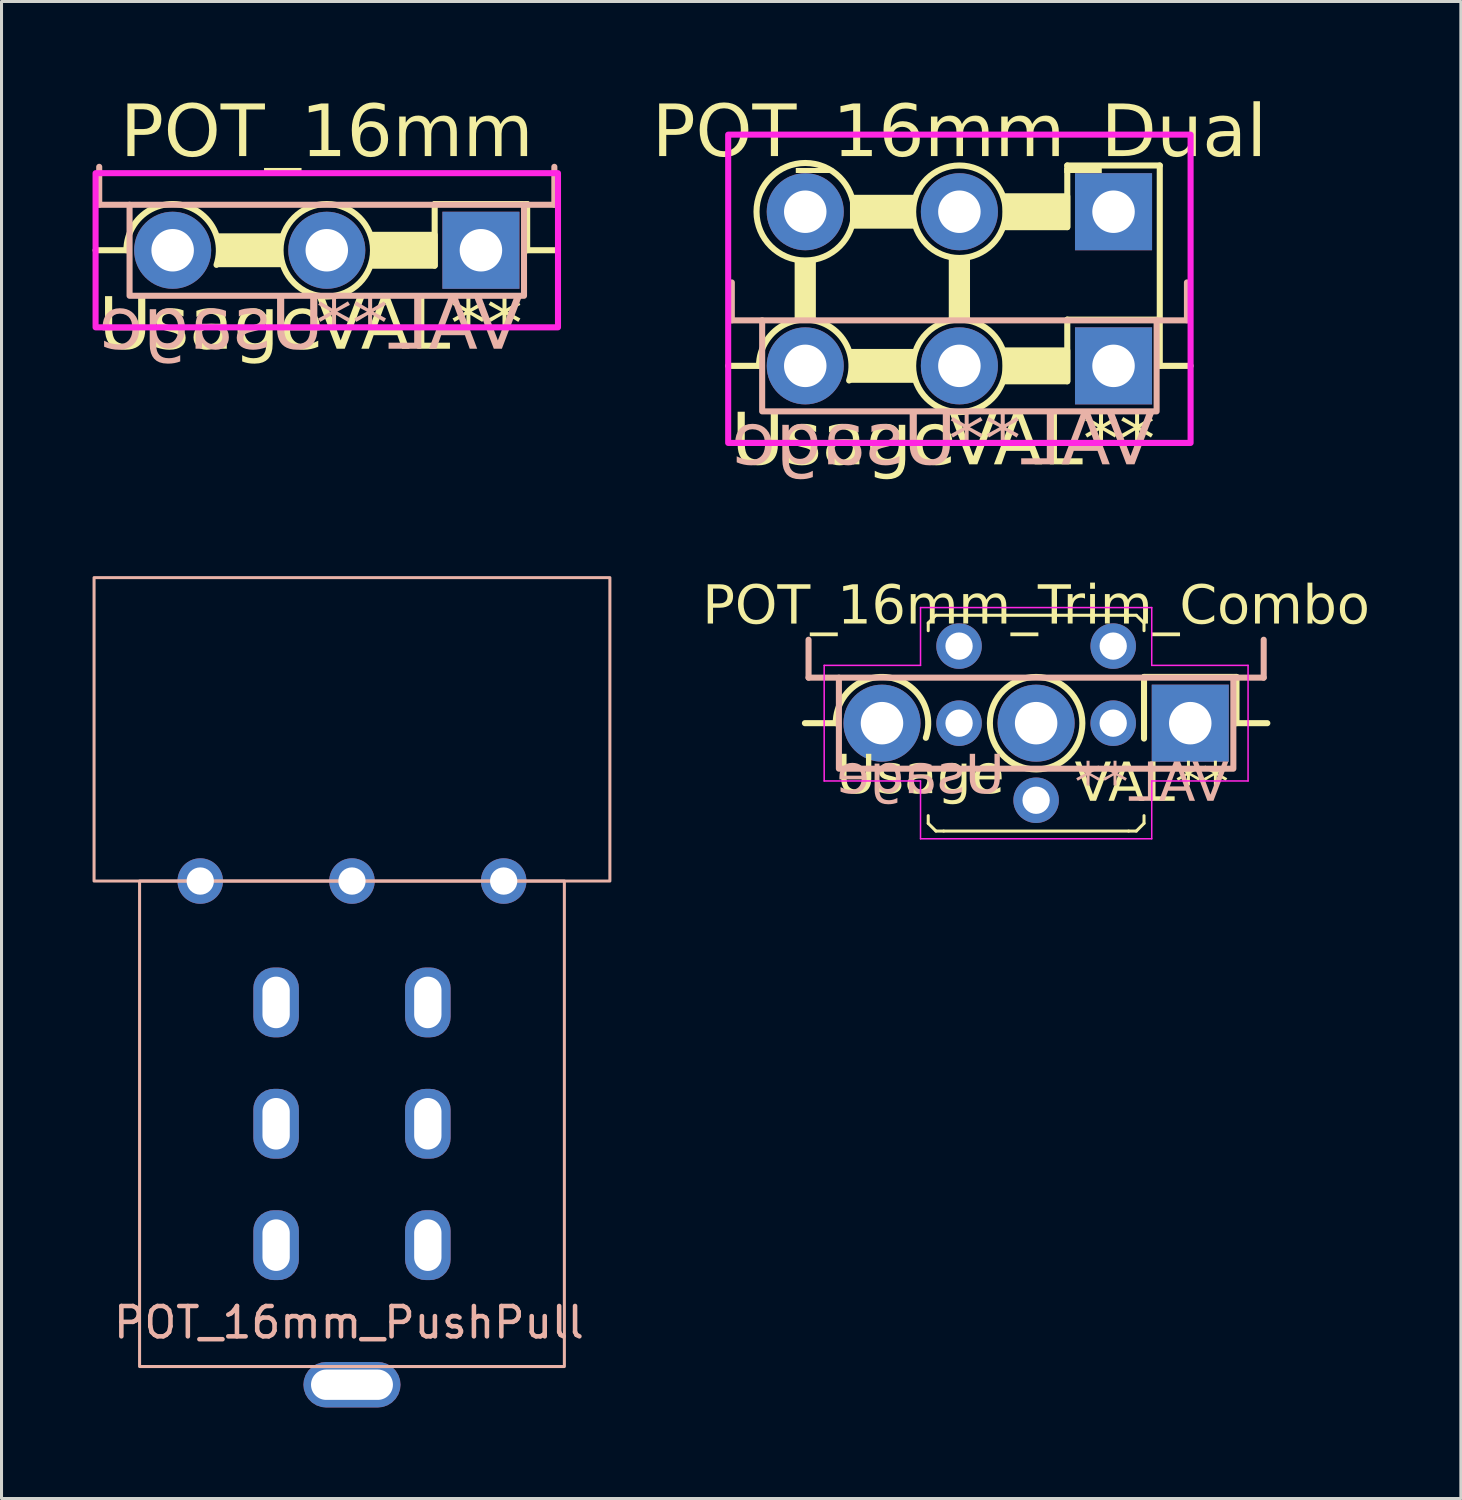
<source format=kicad_pcb>
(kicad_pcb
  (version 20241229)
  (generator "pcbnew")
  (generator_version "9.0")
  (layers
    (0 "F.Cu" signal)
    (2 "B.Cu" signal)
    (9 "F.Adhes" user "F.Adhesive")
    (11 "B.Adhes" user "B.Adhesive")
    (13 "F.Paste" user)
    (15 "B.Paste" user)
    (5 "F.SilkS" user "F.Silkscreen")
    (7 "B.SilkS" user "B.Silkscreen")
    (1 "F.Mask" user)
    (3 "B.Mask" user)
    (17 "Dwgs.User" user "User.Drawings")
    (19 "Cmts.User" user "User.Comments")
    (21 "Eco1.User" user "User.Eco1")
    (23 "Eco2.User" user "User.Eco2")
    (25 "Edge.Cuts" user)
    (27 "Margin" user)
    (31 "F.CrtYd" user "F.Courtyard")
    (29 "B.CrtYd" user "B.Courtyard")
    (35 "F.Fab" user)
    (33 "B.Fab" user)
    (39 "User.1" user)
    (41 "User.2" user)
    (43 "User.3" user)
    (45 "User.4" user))
  (footprint "POT_16mm_PushPull"
    (layer "F.Cu")
    (at 8.55 25.987)
    (property "Reference" "POT_16mm_PushPull" (at -0.1 14.55 0) (unlocked yes) (layer "F.SilkS") (effects (font (size 1 1) (thickness 0.1))))
    (attr through_hole)
    (fp_rect (start -8.5 -10) (end 8.5 0) (stroke (width 0.1) (type solid)) (fill no) (layer "B.SilkS"))
    (fp_rect (start -7 0) (end 7 16) (stroke (width 0.1) (type default)) (fill no) (layer "B.SilkS"))
    (fp_text user "${REFERENCE}" (at -0.1 14.55 0) (unlocked yes) (layer "B.SilkS") (effects (font (size 1 1) (thickness 0.15))))
    (pad "1" thru_hole circle (at -5 0) (size 1.5 1.5) (drill 0.9) (layers "*.Cu" "*.Mask"))
    (pad "2" thru_hole circle (at 0 0) (size 1.5 1.5) (drill 0.9) (layers "*.Cu" "*.Mask"))
    (pad "3" thru_hole circle (at 5 0) (size 1.5 1.5) (drill 0.9) (layers "*.Cu" "*.Mask"))
    (pad "4" thru_hole roundrect (at -2.5 4) (size 1.5 2.3) (drill oval 0.9 1.7) (layers "*.Cu" "*.Mask") (roundrect_rratio 0.45))
    (pad "5" thru_hole roundrect (at -2.5 8) (size 1.5 2.3) (drill oval 0.9 1.7) (layers "*.Cu" "*.Mask") (roundrect_rratio 0.45))
    (pad "6" thru_hole roundrect (at -2.5 12) (size 1.5 2.3) (drill oval 0.9 1.7) (layers "*.Cu" "*.Mask") (roundrect_rratio 0.45))
    (pad "7" thru_hole roundrect (at 2.5 4) (size 1.5 2.3) (drill oval 0.9 1.7) (layers "*.Cu" "*.Mask") (roundrect_rratio 0.45))
    (pad "8" thru_hole roundrect (at 2.5 8) (size 1.5 2.3) (drill oval 0.9 1.7) (layers "*.Cu" "*.Mask") (roundrect_rratio 0.45))
    (pad "9" thru_hole roundrect (at 2.5 12) (size 1.5 2.3) (drill oval 0.9 1.7) (layers "*.Cu" "*.Mask") (roundrect_rratio 0.45))
    (pad "10" thru_hole roundrect (at 0 16.6) (size 3.2 1.5) (drill oval 2.7 1) (layers "*.Cu" "*.Mask") (roundrect_rratio 0.5)))
  (footprint "POT_16mm_Dual"
    (layer "F.Cu")
    (at 28.569 9.008)
    (property "Reference" "POT_16mm_Dual" (at 0 -7.62 0) (unlocked yes) (layer "F.SilkS") (effects (font (face "Milk Run") (size 1.7 1.7) (thickness 0.1))))
    (property "Value" "VAL**" (at 0 5.08 0) (unlocked yes) (layer "F.SilkS") (hide yes) (effects (font (face "Milk Run") (size 1.5 1.5) (thickness 0.1))))
    (property "Description" "Usage" (at -3.81 2.54 0) (unlocked yes) (layer "F.SilkS") (effects (font (face "Milk Run") (size 1.7 1.7) (thickness 0.15))))
    (property "Usage Back" "Usage" (at -3.81 2.54 0) (unlocked yes) (layer "B.SilkS") (effects (font (face "Milk Run") (size 1.7 1.7) (thickness 0.1)) (justify mirror)))
    (attr through_hole)
    (fp_line (start -6.604 0) (end -7.62 0) (stroke (width 0.2) (type default)) (layer "F.SilkS"))
    (fp_line (start 3.556 -6.604) (end 3.556 -4.572) (stroke (width 0.2) (type default)) (layer "F.SilkS"))
    (fp_line (start 3.556 -6.604) (end 6.604 -6.604) (stroke (width 0.2) (type default)) (layer "F.SilkS"))
    (fp_line (start 3.556 -1.524) (end 3.556 0.508) (stroke (width 0.2) (type default)) (layer "F.SilkS"))
    (fp_line (start 3.556 -1.524) (end 6.604 -1.524) (stroke (width 0.2) (type default)) (layer "F.SilkS"))
    (fp_line (start 6.604 -1.524) (end 6.604 -6.604) (stroke (width 0.2) (type default)) (layer "F.SilkS"))
    (fp_line (start 6.604 0) (end 6.604 -1.524) (stroke (width 0.2) (type default)) (layer "F.SilkS"))
    (fp_line (start 7.62 0) (end 6.604 0) (stroke (width 0.2) (type default)) (layer "F.SilkS"))
    (fp_rect (start -5.38 -3.5) (end -4.78 -1.524) (stroke (width 0.1) (type solid)) (fill yes) (layer "F.SilkS"))
    (fp_rect (start -0.3 -3.556) (end 0.3 -1.524) (stroke (width 0.1) (type solid)) (fill yes) (layer "F.SilkS"))
    (fp_arc (start -6.604 0) (mid -4.835882 -1.504321) (end -3.634207 0.481931) (stroke (width 0.2) (type default)) (layer "F.SilkS"))
    (fp_arc (start -3.556 -4.572) (mid -6.604 -5.588) (end -3.556 -4.572) (stroke (width 0.2) (type default)) (layer "F.SilkS"))
    (fp_circle (center 0 -5.08) (end 1.524 -5.08) (stroke (width 0.2) (type default)) (fill no) (layer "F.SilkS"))
    (fp_circle (center 0 0) (end 1.524 0) (stroke (width 0.2) (type default)) (fill no) (layer "F.SilkS"))
    (fp_poly (pts (xy -1.524 -5.588) (xy -3.556 -5.588) (xy -3.556 -4.572) (xy -1.524 -4.572)) (stroke (width 0.1) (type solid)) (fill yes) (layer "F.SilkS"))
    (fp_poly (pts (xy -1.524 -0.508) (xy -3.556 -0.508) (xy -3.556 0.508) (xy -1.524 0.508)) (stroke (width 0.1) (type solid)) (fill yes) (layer "F.SilkS"))
    (fp_poly (pts (xy 3.556 -5.588) (xy 1.524 -5.588) (xy 1.524 -4.572) (xy 3.556 -4.572)) (stroke (width 0.2) (type solid)) (fill yes) (layer "F.SilkS"))
    (fp_poly (pts (xy 3.556 -0.508) (xy 1.524 -0.508) (xy 1.524 0.508) (xy 3.556 0.508)) (stroke (width 0.2) (type solid)) (fill yes) (layer "F.SilkS"))
    (fp_line (start -7.5 -1.5) (end -7.5 -2.75) (stroke (width 0.2) (type default)) (layer "B.SilkS"))
    (fp_line (start -6.5 -1.5) (end -7.5 -1.5) (stroke (width 0.2) (type default)) (layer "B.SilkS"))
    (fp_line (start 6.5 -1.5) (end 7.5 -1.5) (stroke (width 0.2) (type default)) (layer "B.SilkS"))
    (fp_line (start 7.5 -1.5) (end 7.5 -2.75) (stroke (width 0.2) (type default)) (layer "B.SilkS"))
    (fp_rect (start -6.5 -1.5) (end 6.5 1.5) (stroke (width 0.2) (type default)) (fill no) (layer "B.SilkS"))
    (fp_rect (start -7.62 -7.62) (end 7.62 2.54) (stroke (width 0.2) (type default)) (fill no) (layer "F.CrtYd"))
    (fp_text user "${VALUE}" (at 3.048 2.54 0) (layer "F.SilkS") (effects (font (face "Milk Run") (size 1.7 1.7) (thickness 0.1))))
    (fp_text user "${VALUE}" (at 3.048 2.54 180) (layer "B.SilkS") (effects (font (face "Milk Run") (size 1.7 1.7) (thickness 0.1)) (justify mirror)))
    (pad "1" thru_hole rect (at 5.08 -5.08) (size 2.54 2.54) (drill 1.4) (layers "*.Cu" "*.Mask"))
    (pad "2" thru_hole circle (at 0 -5.08) (size 2.54 2.54) (drill 1.4) (layers "*.Cu" "*.Mask"))
    (pad "3" thru_hole circle (at -5.08 -5.08) (size 2.54 2.54) (drill 1.4) (layers "*.Cu" "*.Mask"))
    (pad "4" thru_hole rect (at 5.08 0) (size 2.54 2.54) (drill 1.4) (layers "*.Cu" "*.Mask"))
    (pad "5" thru_hole circle (at 0 0) (size 2.54 2.54) (drill 1.4) (layers "*.Cu" "*.Mask"))
    (pad "6" thru_hole circle (at -5.08 0) (size 2.54 2.54) (drill 1.4) (layers "*.Cu" "*.Mask")))
  (footprint "POT_16mm_Trim_Combo"
    (layer "F.Cu")
    (at 31.098 20.784)
    (property "Reference" "POT_16mm_Trim_Combo" (at 0 -3.81 0) (unlocked yes) (layer "F.SilkS") (effects (font (face "Milk Run") (size 1.27 1.27) (thickness 0.1))))
    (property "Value" "VAL**" (at 0 5.08 0) (unlocked yes) (layer "F.SilkS") (hide yes) (effects (font (face "Milk Run") (size 1.27 1.27) (thickness 0.1))))
    (property "Description" "Usage" (at -3.81 1.778 0) (unlocked yes) (layer "F.SilkS") (effects (font (face "Milk Run") (size 1.27 1.27) (thickness 0.15))))
    (property "Usage Back" "Usage" (at -3.81 1.778 0) (unlocked yes) (layer "B.SilkS") (effects (font (face "Milk Run") (size 1.27 1.27) (thickness 0.1)) (justify mirror)))
    (attr through_hole)
    (fp_line (start -6.604 0) (end -7.62 0) (stroke (width 0.2) (type default)) (layer "F.SilkS"))
    (fp_line (start -3.556 -3.302) (end -3.302 -3.556) (stroke (width 0.1) (type default)) (layer "F.SilkS"))
    (fp_line (start -3.556 -3.048) (end -3.556 -3.302) (stroke (width 0.1) (type default)) (layer "F.SilkS"))
    (fp_line (start -3.556 3.302) (end -3.556 3.048) (stroke (width 0.1) (type default)) (layer "F.SilkS"))
    (fp_line (start -3.302 -3.556) (end 3.048 -3.556) (stroke (width 0.1) (type default)) (layer "F.SilkS"))
    (fp_line (start -3.302 3.556) (end -3.556 3.302) (stroke (width 0.1) (type default)) (layer "F.SilkS"))
    (fp_line (start -3.048 3.556) (end -3.302 3.556) (stroke (width 0.1) (type default)) (layer "F.SilkS"))
    (fp_line (start 3.048 -3.556) (end 3.302 -3.556) (stroke (width 0.1) (type default)) (layer "F.SilkS"))
    (fp_line (start 3.048 3.556) (end -3.048 3.556) (stroke (width 0.1) (type default)) (layer "F.SilkS"))
    (fp_line (start 3.302 -3.556) (end 3.556 -3.302) (stroke (width 0.1) (type default)) (layer "F.SilkS"))
    (fp_line (start 3.302 3.556) (end 3.048 3.556) (stroke (width 0.1) (type default)) (layer "F.SilkS"))
    (fp_line (start 3.556 -3.302) (end 3.556 -3.048) (stroke (width 0.1) (type default)) (layer "F.SilkS"))
    (fp_line (start 3.556 -1.524) (end 3.556 0.508) (stroke (width 0.2) (type default)) (layer "F.SilkS"))
    (fp_line (start 3.556 -1.524) (end 6.604 -1.524) (stroke (width 0.2) (type default)) (layer "F.SilkS"))
    (fp_line (start 3.556 3.048) (end 3.556 3.302) (stroke (width 0.1) (type default)) (layer "F.SilkS"))
    (fp_line (start 3.556 3.302) (end 3.302 3.556) (stroke (width 0.1) (type default)) (layer "F.SilkS"))
    (fp_line (start 6.604 0) (end 6.604 -1.524) (stroke (width 0.2) (type default)) (layer "F.SilkS"))
    (fp_line (start 7.62 0) (end 6.604 0) (stroke (width 0.2) (type default)) (layer "F.SilkS"))
    (fp_arc (start -6.604 0) (mid -4.835882 -1.504321) (end -3.634207 0.481931) (stroke (width 0.2) (type default)) (layer "F.SilkS"))
    (fp_circle (center 0 0) (end 1.524 0) (stroke (width 0.2) (type default)) (fill no) (layer "F.SilkS"))
    (fp_line (start -7.5 -1.5) (end -7.5 -2.75) (stroke (width 0.2) (type default)) (layer "B.SilkS"))
    (fp_line (start -6.5 -1.5) (end -7.5 -1.5) (stroke (width 0.2) (type default)) (layer "B.SilkS"))
    (fp_line (start 6.5 -1.5) (end 7.5 -1.5) (stroke (width 0.2) (type default)) (layer "B.SilkS"))
    (fp_line (start 7.5 -1.5) (end 7.5 -2.75) (stroke (width 0.2) (type default)) (layer "B.SilkS"))
    (fp_rect (start -6.5 -1.5) (end 6.5 1.5) (stroke (width 0.2) (type default)) (fill no) (layer "B.SilkS"))
    (fp_line (start -6.985 -1.905) (end -6.985 1.905) (stroke (width 0.05) (type default)) (layer "F.CrtYd"))
    (fp_line (start -6.985 1.905) (end -3.81 1.905) (stroke (width 0.05) (type default)) (layer "F.CrtYd"))
    (fp_line (start -3.81 -3.81) (end -3.81 -1.905) (stroke (width 0.05) (type default)) (layer "F.CrtYd"))
    (fp_line (start -3.81 -1.905) (end -6.985 -1.905) (stroke (width 0.05) (type default)) (layer "F.CrtYd"))
    (fp_line (start -3.81 1.905) (end -3.81 3.81) (stroke (width 0.05) (type default)) (layer "F.CrtYd"))
    (fp_line (start -3.81 3.81) (end 3.81 3.81) (stroke (width 0.05) (type default)) (layer "F.CrtYd"))
    (fp_line (start 3.81 -3.81) (end -3.81 -3.81) (stroke (width 0.05) (type default)) (layer "F.CrtYd"))
    (fp_line (start 3.81 -1.905) (end 3.81 -3.81) (stroke (width 0.05) (type default)) (layer "F.CrtYd"))
    (fp_line (start 3.81 1.905) (end 6.985 1.905) (stroke (width 0.05) (type default)) (layer "F.CrtYd"))
    (fp_line (start 3.81 3.81) (end 3.81 1.905) (stroke (width 0.05) (type default)) (layer "F.CrtYd"))
    (fp_line (start 6.985 -1.905) (end 3.81 -1.905) (stroke (width 0.05) (type default)) (layer "F.CrtYd"))
    (fp_line (start 6.985 1.905) (end 6.985 -1.905) (stroke (width 0.05) (type default)) (layer "F.CrtYd"))
    (fp_text user "${VALUE}" (at 3.81 2.032 0) (layer "F.SilkS") (effects (font (face "Milk Run") (size 1.27 1.27) (thickness 0.1))))
    (fp_text user "${VALUE}" (at 3.81 2.032 180) (layer "B.SilkS") (effects (font (face "Milk Run") (size 1.27 1.27) (thickness 0.1)) (justify mirror)))
    (pad "1" thru_hole circle (at 2.54 -2.54 180) (size 1.5 1.5) (drill 0.9) (layers "*.Cu" "*.Mask"))
    (pad "1" thru_hole circle (at 2.54 0 180) (size 1.5 1.5) (drill 0.9) (layers "*.Cu" "*.Mask"))
    (pad "1" thru_hole rect (at 5.08 0) (size 2.54 2.54) (drill 1.4) (layers "*.Cu" "*.Mask"))
    (pad "2" thru_hole circle (at 0 0) (size 2.54 2.54) (drill 1.4) (layers "*.Cu" "*.Mask"))
    (pad "2" thru_hole circle (at 0 2.54 180) (size 1.5 1.5) (drill 0.9) (layers "*.Cu" "*.Mask"))
    (pad "3" thru_hole circle (at -5.08 0) (size 2.54 2.54) (drill 1.4) (layers "*.Cu" "*.Mask"))
    (pad "3" thru_hole circle (at -2.54 -2.54 180) (size 1.5 1.5) (drill 0.9) (layers "*.Cu" "*.Mask"))
    (pad "3" thru_hole circle (at -2.54 0 180) (size 1.5 1.5) (drill 0.9) (layers "*.Cu" "*.Mask")))
  (footprint "POT_16mm"
    (layer "F.Cu")
    (at 7.72 5.198)
    (property "Reference" "POT_16mm" (at 0 -3.81 0) (unlocked yes) (layer "F.SilkS") (effects (font (face "Milk Run") (size 1.7 1.7) (thickness 0.1))))
    (property "Value" "VAL**" (at 0 5.08 0) (unlocked yes) (layer "F.SilkS") (hide yes) (effects (font (face "Milk Run") (size 1.5 1.5) (thickness 0.1))))
    (property "Description" "Usage" (at -3.81 2.54 0) (unlocked yes) (layer "F.SilkS") (effects (font (face "Milk Run") (size 1.7 1.7) (thickness 0.15))))
    (property "Usage Back" "Usage" (at -3.81 2.54 0) (unlocked yes) (layer "B.SilkS") (effects (font (face "Milk Run") (size 1.7 1.7) (thickness 0.1)) (justify mirror)))
    (attr through_hole)
    (fp_line (start -6.604 0) (end -7.62 0) (stroke (width 0.2) (type default)) (layer "F.SilkS"))
    (fp_line (start 3.556 -1.524) (end 3.556 0.508) (stroke (width 0.2) (type default)) (layer "F.SilkS"))
    (fp_line (start 3.556 -1.524) (end 6.604 -1.524) (stroke (width 0.2) (type default)) (layer "F.SilkS"))
    (fp_line (start 6.604 0) (end 6.604 -1.524) (stroke (width 0.2) (type default)) (layer "F.SilkS"))
    (fp_line (start 7.62 0) (end 6.604 0) (stroke (width 0.2) (type default)) (layer "F.SilkS"))
    (fp_arc (start -6.604 0) (mid -4.835882 -1.504321) (end -3.634207 0.481931) (stroke (width 0.2) (type default)) (layer "F.SilkS"))
    (fp_circle (center 0 0) (end 1.524 0) (stroke (width 0.2) (type default)) (fill no) (layer "F.SilkS"))
    (fp_poly (pts (xy -1.524 -0.508) (xy -3.556 -0.508) (xy -3.556 0.508) (xy -1.524 0.508)) (stroke (width 0.1) (type solid)) (fill yes) (layer "F.SilkS"))
    (fp_poly (pts (xy 3.556 -0.508) (xy 1.524 -0.508) (xy 1.524 0.508) (xy 3.556 0.508)) (stroke (width 0.2) (type solid)) (fill yes) (layer "F.SilkS"))
    (fp_line (start -7.5 -1.5) (end -7.5 -2.75) (stroke (width 0.2) (type default)) (layer "B.SilkS"))
    (fp_line (start -6.5 -1.5) (end -7.5 -1.5) (stroke (width 0.2) (type default)) (layer "B.SilkS"))
    (fp_line (start 6.5 -1.5) (end 7.5 -1.5) (stroke (width 0.2) (type default)) (layer "B.SilkS"))
    (fp_line (start 7.5 -1.5) (end 7.5 -2.75) (stroke (width 0.2) (type default)) (layer "B.SilkS"))
    (fp_rect (start -6.5 -1.5) (end 6.5 1.5) (stroke (width 0.2) (type default)) (fill no) (layer "B.SilkS"))
    (fp_rect (start -7.62 -2.54) (end 7.62 2.54) (stroke (width 0.2) (type default)) (fill no) (layer "F.CrtYd"))
    (fp_text user "${VALUE}" (at 3.048 2.54 0) (layer "F.SilkS") (effects (font (face "Milk Run") (size 1.7 1.7) (thickness 0.1))))
    (fp_text user "${VALUE}" (at 3.048 2.54 180) (layer "B.SilkS") (effects (font (face "Milk Run") (size 1.7 1.7) (thickness 0.1)) (justify mirror)))
    (pad "1" thru_hole rect (at 5.08 0) (size 2.54 2.54) (drill 1.4) (layers "*.Cu" "*.Mask"))
    (pad "2" thru_hole circle (at 0 0) (size 2.54 2.54) (drill 1.4) (layers "*.Cu" "*.Mask"))
    (pad "3" thru_hole circle (at -5.08 0) (size 2.54 2.54) (drill 1.4) (layers "*.Cu" "*.Mask")))
  (gr_rect
    (start -3 -3)
    (end 45.096 46.337)
    (stroke (width 0.1) (type default))
    (fill no)
    (layer "Edge.Cuts")))
</source>
